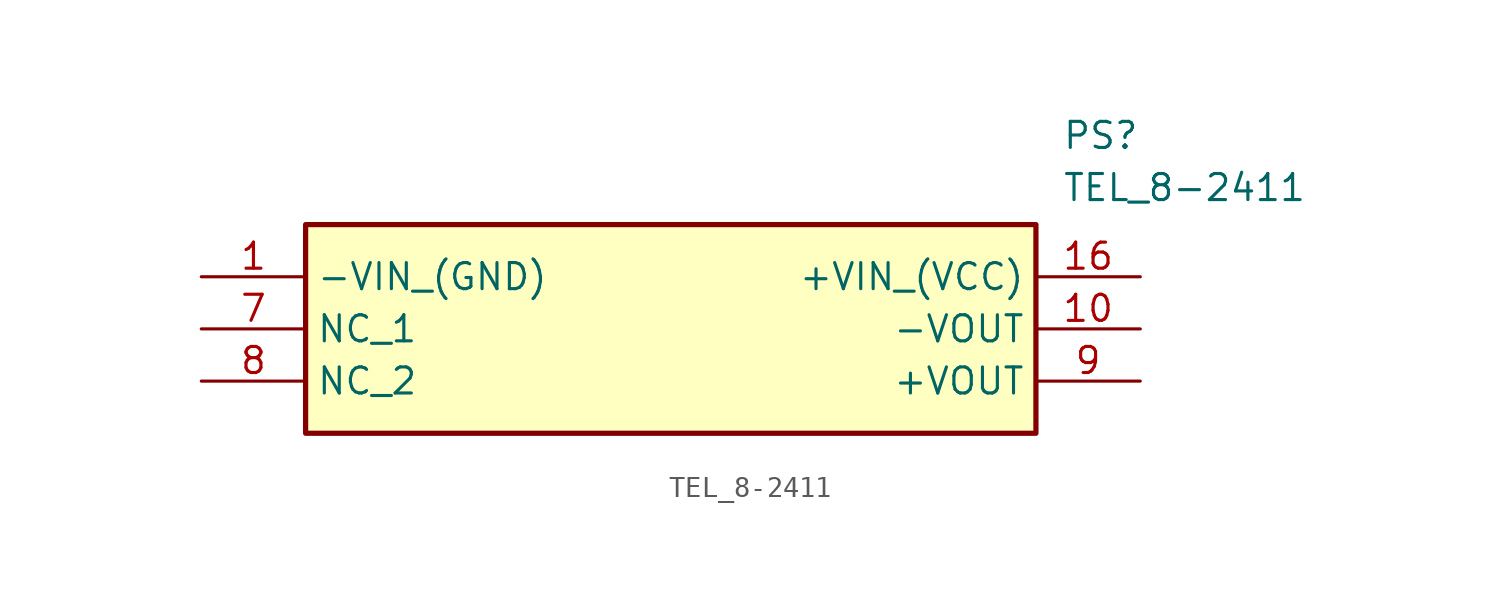
<source format=kicad_sym>
(kicad_symbol_lib
  (version 20211014)
  (generator SamacSys_ECAD_Model)
  (symbol "TEL_8-2411"
    (property "Reference" "PS"
      (at 41.91 7.62 0)
      (effects (font (size 1.27 1.27)) (justify left top)))
    (property "Value" "TEL_8-2411"
      (at 41.91 5.08 0)
      (effects (font (size 1.27 1.27)) (justify left top)))
    (rectangle
      (start 5.08 2.54)
      (end 40.64 -7.62)
      (stroke (width 0.254) (type default))
      (fill (type background)))
    (pin passive line
      (at 0 0 0)
      (length 5.08)
      (name "-VIN_(GND)" (effects (font (size 1.27 1.27))))
      (number "1" (effects (font (size 1.27 1.27)))))
    (pin passive line
      (at 0 -2.54 0)
      (length 5.08)
      (name "NC_1" (effects (font (size 1.27 1.27))))
      (number "7" (effects (font (size 1.27 1.27)))))
    (pin passive line
      (at 0 -5.08 0)
      (length 5.08)
      (name "NC_2" (effects (font (size 1.27 1.27))))
      (number "8" (effects (font (size 1.27 1.27)))))
    (pin passive line
      (at 45.72 -5.08 180)
      (length 5.08)
      (name "+VOUT" (effects (font (size 1.27 1.27))))
      (number "9" (effects (font (size 1.27 1.27)))))
    (pin passive line
      (at 45.72 -2.54 180)
      (length 5.08)
      (name "-VOUT" (effects (font (size 1.27 1.27))))
      (number "10" (effects (font (size 1.27 1.27)))))
    (pin passive line
      (at 45.72 0 180)
      (length 5.08)
      (name "+VIN_(VCC)" (effects (font (size 1.27 1.27))))
      (number "16" (effects (font (size 1.27 1.27)))))))
</source>
